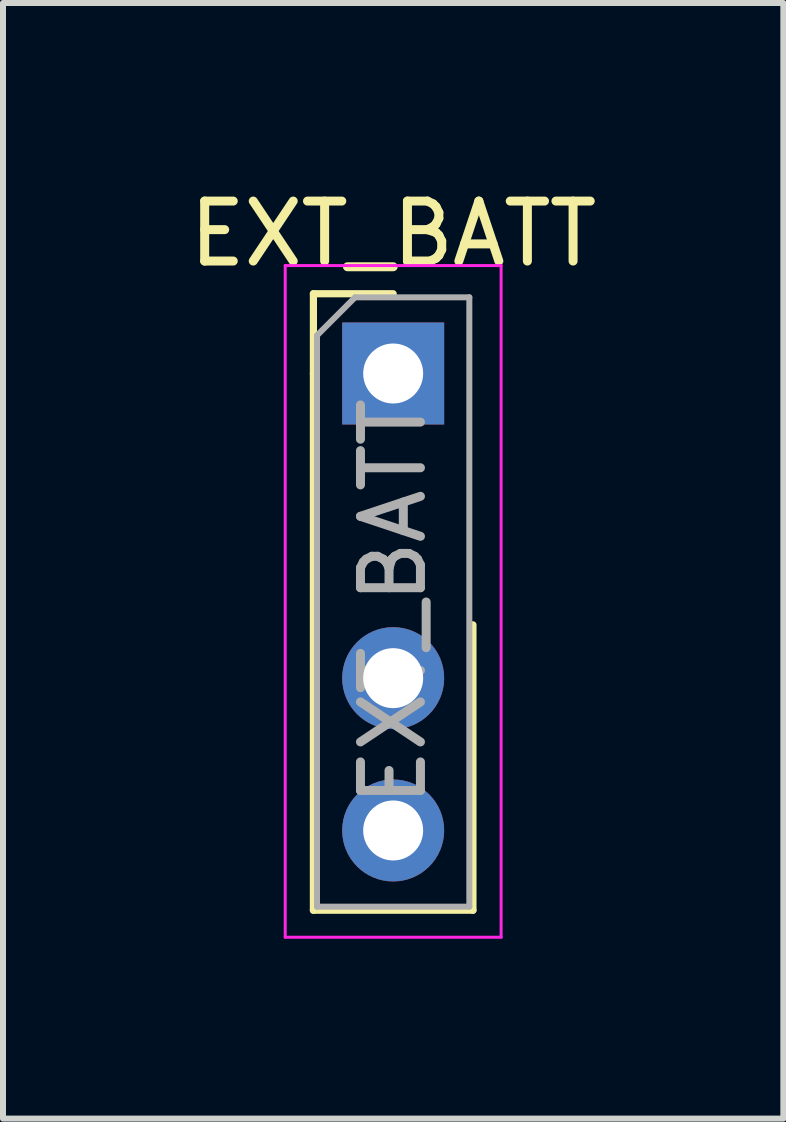
<source format=kicad_pcb>
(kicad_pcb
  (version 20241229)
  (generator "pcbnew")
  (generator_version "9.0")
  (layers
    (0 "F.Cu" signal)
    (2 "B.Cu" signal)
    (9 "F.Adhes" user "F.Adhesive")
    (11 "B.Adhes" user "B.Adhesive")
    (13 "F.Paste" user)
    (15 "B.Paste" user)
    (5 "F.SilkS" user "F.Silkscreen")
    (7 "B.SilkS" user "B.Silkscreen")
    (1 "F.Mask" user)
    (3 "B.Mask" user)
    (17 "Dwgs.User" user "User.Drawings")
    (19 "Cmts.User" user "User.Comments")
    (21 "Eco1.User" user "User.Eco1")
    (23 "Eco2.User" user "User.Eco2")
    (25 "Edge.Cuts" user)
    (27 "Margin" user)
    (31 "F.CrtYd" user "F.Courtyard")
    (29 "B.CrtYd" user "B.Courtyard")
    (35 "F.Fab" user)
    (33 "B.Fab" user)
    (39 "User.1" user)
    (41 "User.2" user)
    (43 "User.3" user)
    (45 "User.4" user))
  (footprint "EXT_BATT"
    (layer "F.Cu")
    (at 3.506 3.178)
    (property "Reference" "EXT_BATT" (at 0 -2.33 0) (layer "F.SilkS") (effects (font (size 1 1) (thickness 0.15))))
    (attr through_hole)
    (fp_line (start -1.33 -1.33) (end 0 -1.33) (stroke (width 0.12) (type solid)) (layer "F.SilkS"))
    (fp_line (start -1.33 0) (end -1.33 -1.33) (stroke (width 0.12) (type solid)) (layer "F.SilkS"))
    (fp_line (start -1.33 0) (end -1.33 8.95) (stroke (width 0.12) (type solid)) (layer "F.SilkS"))
    (fp_line (start -1.33 8.95) (end 1.33 8.95) (stroke (width 0.12) (type solid)) (layer "F.SilkS"))
    (fp_line (start 1.33 4.191) (end 1.33 8.95) (stroke (width 0.12) (type solid)) (layer "F.SilkS"))
    (fp_line (start -1.8 -1.8) (end -1.8 9.4) (stroke (width 0.05) (type solid)) (layer "F.CrtYd"))
    (fp_line (start -1.8 9.4) (end 1.8 9.4) (stroke (width 0.05) (type solid)) (layer "F.CrtYd"))
    (fp_line (start 1.8 -1.8) (end -1.8 -1.8) (stroke (width 0.05) (type solid)) (layer "F.CrtYd"))
    (fp_line (start 1.8 9.4) (end 1.8 -1.8) (stroke (width 0.05) (type solid)) (layer "F.CrtYd"))
    (fp_line (start -1.27 -0.635) (end -0.635 -1.27) (stroke (width 0.1) (type solid)) (layer "F.Fab"))
    (fp_line (start -1.27 8.89) (end -1.27 -0.635) (stroke (width 0.1) (type solid)) (layer "F.Fab"))
    (fp_line (start -0.635 -1.27) (end 1.27 -1.27) (stroke (width 0.1) (type solid)) (layer "F.Fab"))
    (fp_line (start 1.27 -1.27) (end 1.27 8.89) (stroke (width 0.1) (type solid)) (layer "F.Fab"))
    (fp_line (start 1.27 8.89) (end -1.27 8.89) (stroke (width 0.1) (type solid)) (layer "F.Fab"))
    (fp_text user "${REFERENCE}" (at 0 3.81 90) (layer "F.Fab") (effects (font (size 1 1) (thickness 0.15))))
    (pad "1" thru_hole rect (at 0 0) (size 1.7 1.7) (drill 1) (layers "*.Cu" "*.Mask"))
    (pad "3" thru_hole oval (at 0 5.08) (size 1.7 1.7) (drill 1) (layers "*.Cu" "*.Mask"))
    (pad "4" thru_hole oval (at 0 7.62) (size 1.7 1.7) (drill 1) (layers "*.Cu" "*.Mask")))
  (gr_rect
    (start -3 -3)
    (end 10.012 15.603)
    (stroke (width 0.1) (type default))
    (fill no)
    (layer "Edge.Cuts")))
</source>
